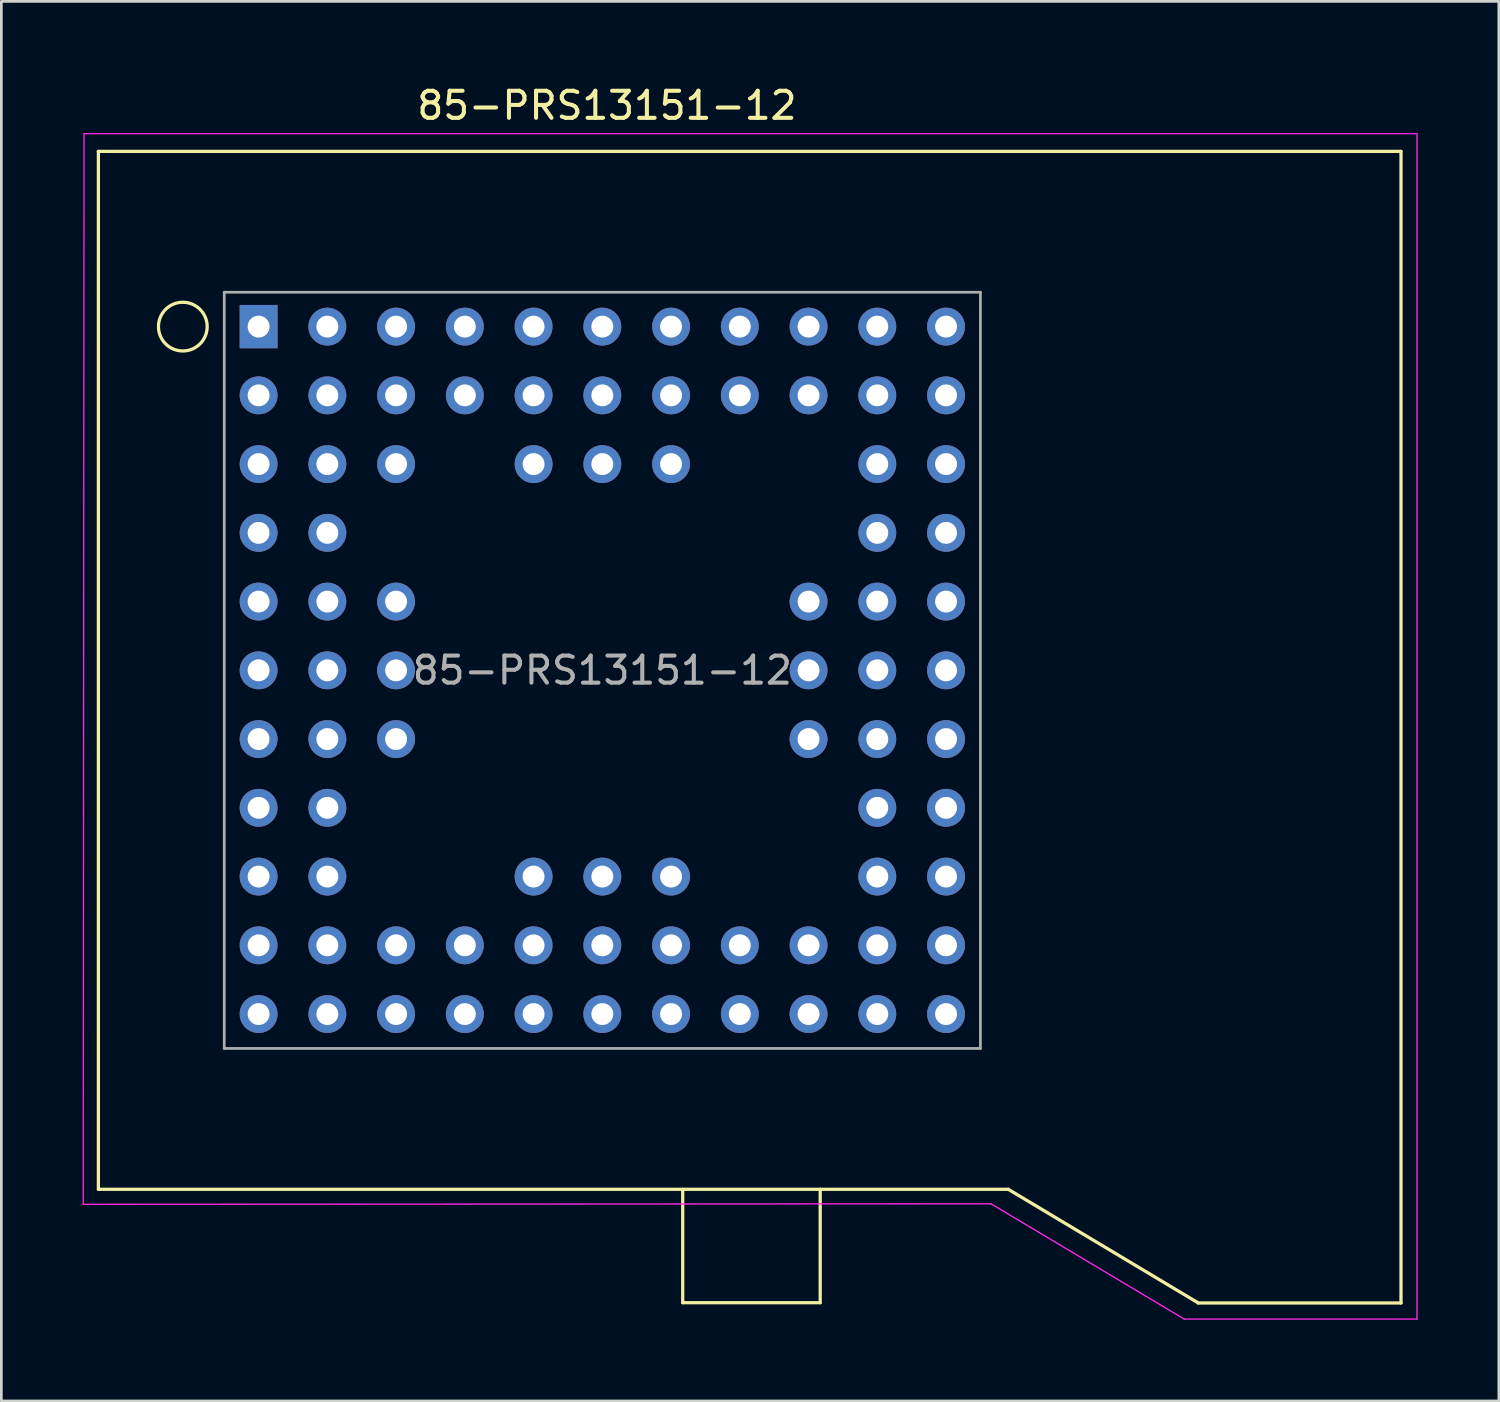
<source format=kicad_pcb>
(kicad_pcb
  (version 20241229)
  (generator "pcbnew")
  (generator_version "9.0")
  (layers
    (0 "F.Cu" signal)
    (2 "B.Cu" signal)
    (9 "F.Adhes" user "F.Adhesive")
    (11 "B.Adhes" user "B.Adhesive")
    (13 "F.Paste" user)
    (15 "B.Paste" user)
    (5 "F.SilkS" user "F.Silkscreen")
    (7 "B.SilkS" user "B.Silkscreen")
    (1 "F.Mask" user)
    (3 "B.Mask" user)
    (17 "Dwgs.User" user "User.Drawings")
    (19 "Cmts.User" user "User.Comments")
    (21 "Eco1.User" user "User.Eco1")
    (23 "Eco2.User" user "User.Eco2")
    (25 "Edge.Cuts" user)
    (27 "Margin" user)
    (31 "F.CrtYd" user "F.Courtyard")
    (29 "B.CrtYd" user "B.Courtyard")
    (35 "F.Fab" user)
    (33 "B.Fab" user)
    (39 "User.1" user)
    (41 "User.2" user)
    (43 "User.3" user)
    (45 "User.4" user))
  (footprint "85-PRS13151-12"
    (layer "F.Cu")
    (at 19.205 21.718)
    (property "Reference" "85-PRS13151-12" (at 0.17 -20.87 0) (layer "F.SilkS") (effects (font (size 1 1) (thickness 0.15))))
    (attr through_hole)
    (fp_line (start -18.62 -19.175) (end -18.62 19.175) (stroke (width 0.12) (type solid)) (layer "F.SilkS"))
    (fp_line (start -18.62 -19.175) (end 29.51 -19.175) (stroke (width 0.12) (type solid)) (layer "F.SilkS"))
    (fp_line (start -18.62 19.175) (end 15 19.175) (stroke (width 0.12) (type solid)) (layer "F.SilkS"))
    (fp_line (start 2.97 23.365) (end 2.97 19.175) (stroke (width 0.12) (type solid)) (layer "F.SilkS"))
    (fp_line (start 2.97 23.365) (end 8.05 23.365) (stroke (width 0.12) (type solid)) (layer "F.SilkS"))
    (fp_line (start 8.05 23.365) (end 8.05 19.175) (stroke (width 0.12) (type solid)) (layer "F.SilkS"))
    (fp_line (start 15 19.175) (end 22.02 23.375) (stroke (width 0.12) (type solid)) (layer "F.SilkS"))
    (fp_line (start 22.02 23.375) (end 29.51 23.375) (stroke (width 0.12) (type solid)) (layer "F.SilkS"))
    (fp_line (start 29.51 -19.175) (end 29.51 23.375) (stroke (width 0.12) (type solid)) (layer "F.SilkS"))
    (fp_circle (center -15.5 -12.7) (end -14.6 -12.7) (stroke (width 0.12) (type solid)) (fill no) (layer "F.SilkS"))
    (fp_line (start -19.18 19.73) (end -19.15 -19.83) (stroke (width 0.05) (type solid)) (layer "F.CrtYd"))
    (fp_line (start 14.36 19.71) (end -19.18 19.73) (stroke (width 0.05) (type solid)) (layer "F.CrtYd"))
    (fp_line (start 21.5 23.97) (end 14.36 19.71) (stroke (width 0.05) (type solid)) (layer "F.CrtYd"))
    (fp_line (start 30.1 -19.83) (end -19.15 -19.83) (stroke (width 0.05) (type solid)) (layer "F.CrtYd"))
    (fp_line (start 30.1 23.97) (end 21.5 23.97) (stroke (width 0.05) (type solid)) (layer "F.CrtYd"))
    (fp_line (start 30.1 23.97) (end 30.1 -19.83) (stroke (width 0.05) (type solid)) (layer "F.CrtYd"))
    (fp_line (start -13.97 13.97) (end -13.97 -13.97) (stroke (width 0.1) (type solid)) (layer "F.Fab"))
    (fp_line (start -13.97 13.97) (end 13.97 13.97) (stroke (width 0.1) (type solid)) (layer "F.Fab"))
    (fp_line (start 13.97 -13.97) (end -13.97 -13.97) (stroke (width 0.1) (type solid)) (layer "F.Fab"))
    (fp_line (start 13.97 13.97) (end 13.97 -13.97) (stroke (width 0.1) (type solid)) (layer "F.Fab"))
    (fp_text user "${REFERENCE}" (at 0 0 0) (layer "F.Fab") (effects (font (size 1 1) (thickness 0.15))))
    (pad "A1" thru_hole rect (at -12.7 -12.7) (size 1.4 1.6) (drill 0.81) (layers "*.Cu" "*.Mask"))
    (pad "A2" thru_hole circle (at -10.16 -12.7) (size 1.4 1.4) (drill 0.81) (layers "*.Cu" "*.Mask"))
    (pad "A3" thru_hole circle (at -7.62 -12.7) (size 1.4 1.4) (drill 0.81) (layers "*.Cu" "*.Mask"))
    (pad "A4" thru_hole circle (at -5.08 -12.7) (size 1.4 1.4) (drill 0.81) (layers "*.Cu" "*.Mask"))
    (pad "A5" thru_hole circle (at -2.54 -12.7) (size 1.4 1.4) (drill 0.81) (layers "*.Cu" "*.Mask"))
    (pad "A6" thru_hole circle (at 0 -12.7) (size 1.4 1.4) (drill 0.81) (layers "*.Cu" "*.Mask"))
    (pad "A7" thru_hole circle (at 2.54 -12.7) (size 1.4 1.4) (drill 0.81) (layers "*.Cu" "*.Mask"))
    (pad "A8" thru_hole circle (at 5.08 -12.7) (size 1.4 1.4) (drill 0.81) (layers "*.Cu" "*.Mask"))
    (pad "A9" thru_hole circle (at 7.62 -12.7) (size 1.4 1.4) (drill 0.81) (layers "*.Cu" "*.Mask"))
    (pad "A10" thru_hole circle (at 10.16 -12.7) (size 1.4 1.4) (drill 0.81) (layers "*.Cu" "*.Mask"))
    (pad "A11" thru_hole circle (at 12.7 -12.7) (size 1.4 1.4) (drill 0.81) (layers "*.Cu" "*.Mask"))
    (pad "B1" thru_hole circle (at -12.7 -10.16) (size 1.4 1.4) (drill 0.81) (layers "*.Cu" "*.Mask"))
    (pad "B2" thru_hole circle (at -10.16 -10.16) (size 1.4 1.4) (drill 0.81) (layers "*.Cu" "*.Mask"))
    (pad "B3" thru_hole circle (at -7.62 -10.16) (size 1.4 1.4) (drill 0.81) (layers "*.Cu" "*.Mask"))
    (pad "B4" thru_hole circle (at -5.08 -10.16) (size 1.4 1.4) (drill 0.81) (layers "*.Cu" "*.Mask"))
    (pad "B5" thru_hole circle (at -2.54 -10.16) (size 1.4 1.4) (drill 0.81) (layers "*.Cu" "*.Mask"))
    (pad "B6" thru_hole circle (at 0 -10.16) (size 1.4 1.4) (drill 0.81) (layers "*.Cu" "*.Mask"))
    (pad "B7" thru_hole circle (at 2.54 -10.16) (size 1.4 1.4) (drill 0.81) (layers "*.Cu" "*.Mask"))
    (pad "B8" thru_hole circle (at 5.08 -10.16) (size 1.4 1.4) (drill 0.81) (layers "*.Cu" "*.Mask"))
    (pad "B9" thru_hole circle (at 7.62 -10.16) (size 1.4 1.4) (drill 0.81) (layers "*.Cu" "*.Mask"))
    (pad "B10" thru_hole circle (at 10.16 -10.16) (size 1.4 1.4) (drill 0.81) (layers "*.Cu" "*.Mask"))
    (pad "B11" thru_hole circle (at 12.7 -10.16) (size 1.4 1.4) (drill 0.81) (layers "*.Cu" "*.Mask"))
    (pad "C1" thru_hole circle (at -12.7 -7.62) (size 1.4 1.4) (drill 0.81) (layers "*.Cu" "*.Mask"))
    (pad "C2" thru_hole circle (at -10.16 -7.62) (size 1.4 1.4) (drill 0.81) (layers "*.Cu" "*.Mask"))
    (pad "C3" thru_hole circle (at -7.62 -7.62) (size 1.4 1.4) (drill 0.81) (layers "*.Cu" "*.Mask"))
    (pad "C5" thru_hole circle (at -2.54 -7.62) (size 1.4 1.4) (drill 0.81) (layers "*.Cu" "*.Mask"))
    (pad "C6" thru_hole circle (at 0 -7.62) (size 1.4 1.4) (drill 0.81) (layers "*.Cu" "*.Mask"))
    (pad "C7" thru_hole circle (at 2.54 -7.62) (size 1.4 1.4) (drill 0.81) (layers "*.Cu" "*.Mask"))
    (pad "C10" thru_hole circle (at 10.16 -7.62) (size 1.4 1.4) (drill 0.81) (layers "*.Cu" "*.Mask"))
    (pad "C11" thru_hole circle (at 12.7 -7.62) (size 1.4 1.4) (drill 0.81) (layers "*.Cu" "*.Mask"))
    (pad "D1" thru_hole circle (at -12.7 -5.08) (size 1.4 1.4) (drill 0.81) (layers "*.Cu" "*.Mask"))
    (pad "D2" thru_hole circle (at -10.16 -5.08) (size 1.4 1.4) (drill 0.81) (layers "*.Cu" "*.Mask"))
    (pad "D10" thru_hole circle (at 10.16 -5.08) (size 1.4 1.4) (drill 0.81) (layers "*.Cu" "*.Mask"))
    (pad "D11" thru_hole circle (at 12.7 -5.08) (size 1.4 1.4) (drill 0.81) (layers "*.Cu" "*.Mask"))
    (pad "E1" thru_hole circle (at -12.7 -2.54) (size 1.4 1.4) (drill 0.81) (layers "*.Cu" "*.Mask"))
    (pad "E2" thru_hole circle (at -10.16 -2.54) (size 1.4 1.4) (drill 0.81) (layers "*.Cu" "*.Mask"))
    (pad "E3" thru_hole circle (at -7.62 -2.54) (size 1.4 1.4) (drill 0.81) (layers "*.Cu" "*.Mask"))
    (pad "E9" thru_hole circle (at 7.62 -2.54) (size 1.4 1.4) (drill 0.81) (layers "*.Cu" "*.Mask"))
    (pad "E10" thru_hole circle (at 10.16 -2.54) (size 1.4 1.4) (drill 0.81) (layers "*.Cu" "*.Mask"))
    (pad "E11" thru_hole circle (at 12.7 -2.54) (size 1.4 1.4) (drill 0.81) (layers "*.Cu" "*.Mask"))
    (pad "F1" thru_hole circle (at -12.7 0) (size 1.4 1.4) (drill 0.81) (layers "*.Cu" "*.Mask"))
    (pad "F2" thru_hole circle (at -10.16 0) (size 1.4 1.4) (drill 0.81) (layers "*.Cu" "*.Mask"))
    (pad "F3" thru_hole circle (at -7.62 0) (size 1.4 1.4) (drill 0.81) (layers "*.Cu" "*.Mask"))
    (pad "F9" thru_hole circle (at 7.62 0) (size 1.4 1.4) (drill 0.81) (layers "*.Cu" "*.Mask"))
    (pad "F10" thru_hole circle (at 10.16 0) (size 1.4 1.4) (drill 0.81) (layers "*.Cu" "*.Mask"))
    (pad "F11" thru_hole circle (at 12.7 0) (size 1.4 1.4) (drill 0.81) (layers "*.Cu" "*.Mask"))
    (pad "G1" thru_hole circle (at -12.7 2.54) (size 1.4 1.4) (drill 0.81) (layers "*.Cu" "*.Mask"))
    (pad "G2" thru_hole circle (at -10.16 2.54) (size 1.4 1.4) (drill 0.81) (layers "*.Cu" "*.Mask"))
    (pad "G3" thru_hole circle (at -7.62 2.54) (size 1.4 1.4) (drill 0.81) (layers "*.Cu" "*.Mask"))
    (pad "G9" thru_hole circle (at 7.62 2.54) (size 1.4 1.4) (drill 0.81) (layers "*.Cu" "*.Mask"))
    (pad "G10" thru_hole circle (at 10.16 2.54) (size 1.4 1.4) (drill 0.81) (layers "*.Cu" "*.Mask"))
    (pad "G11" thru_hole circle (at 12.7 2.54) (size 1.4 1.4) (drill 0.81) (layers "*.Cu" "*.Mask"))
    (pad "H1" thru_hole circle (at -12.7 5.08) (size 1.4 1.4) (drill 0.81) (layers "*.Cu" "*.Mask"))
    (pad "H2" thru_hole circle (at -10.16 5.08) (size 1.4 1.4) (drill 0.81) (layers "*.Cu" "*.Mask"))
    (pad "H10" thru_hole circle (at 10.16 5.08) (size 1.4 1.4) (drill 0.81) (layers "*.Cu" "*.Mask"))
    (pad "H11" thru_hole circle (at 12.7 5.08) (size 1.4 1.4) (drill 0.81) (layers "*.Cu" "*.Mask"))
    (pad "J1" thru_hole circle (at -12.7 7.62) (size 1.4 1.4) (drill 0.81) (layers "*.Cu" "*.Mask"))
    (pad "J2" thru_hole circle (at -10.16 7.62) (size 1.4 1.4) (drill 0.81) (layers "*.Cu" "*.Mask"))
    (pad "J5" thru_hole circle (at -2.54 7.62) (size 1.4 1.4) (drill 0.81) (layers "*.Cu" "*.Mask"))
    (pad "J6" thru_hole circle (at 0 7.62) (size 1.4 1.4) (drill 0.81) (layers "*.Cu" "*.Mask"))
    (pad "J7" thru_hole circle (at 2.54 7.62) (size 1.4 1.4) (drill 0.81) (layers "*.Cu" "*.Mask"))
    (pad "J10" thru_hole circle (at 10.16 7.62) (size 1.4 1.4) (drill 0.81) (layers "*.Cu" "*.Mask"))
    (pad "J11" thru_hole circle (at 12.7 7.62) (size 1.4 1.4) (drill 0.81) (layers "*.Cu" "*.Mask"))
    (pad "K1" thru_hole circle (at -12.7 10.16) (size 1.4 1.4) (drill 0.81) (layers "*.Cu" "*.Mask"))
    (pad "K2" thru_hole circle (at -10.16 10.16) (size 1.4 1.4) (drill 0.81) (layers "*.Cu" "*.Mask"))
    (pad "K3" thru_hole circle (at -7.62 10.16) (size 1.4 1.4) (drill 0.81) (layers "*.Cu" "*.Mask"))
    (pad "K4" thru_hole circle (at -5.08 10.16) (size 1.4 1.4) (drill 0.81) (layers "*.Cu" "*.Mask"))
    (pad "K5" thru_hole circle (at -2.54 10.16) (size 1.4 1.4) (drill 0.81) (layers "*.Cu" "*.Mask"))
    (pad "K6" thru_hole circle (at 0 10.16) (size 1.4 1.4) (drill 0.81) (layers "*.Cu" "*.Mask"))
    (pad "K7" thru_hole circle (at 2.54 10.16) (size 1.4 1.4) (drill 0.81) (layers "*.Cu" "*.Mask"))
    (pad "K8" thru_hole circle (at 5.08 10.16) (size 1.4 1.4) (drill 0.81) (layers "*.Cu" "*.Mask"))
    (pad "K9" thru_hole circle (at 7.62 10.16) (size 1.4 1.4) (drill 0.81) (layers "*.Cu" "*.Mask"))
    (pad "K10" thru_hole circle (at 10.16 10.16) (size 1.4 1.4) (drill 0.81) (layers "*.Cu" "*.Mask"))
    (pad "K11" thru_hole circle (at 12.7 10.16) (size 1.4 1.4) (drill 0.81) (layers "*.Cu" "*.Mask"))
    (pad "L1" thru_hole circle (at -12.7 12.7) (size 1.4 1.4) (drill 0.81) (layers "*.Cu" "*.Mask"))
    (pad "L2" thru_hole circle (at -10.16 12.7) (size 1.4 1.4) (drill 0.81) (layers "*.Cu" "*.Mask"))
    (pad "L3" thru_hole circle (at -7.62 12.7) (size 1.4 1.4) (drill 0.81) (layers "*.Cu" "*.Mask"))
    (pad "L4" thru_hole circle (at -5.08 12.7) (size 1.4 1.4) (drill 0.81) (layers "*.Cu" "*.Mask"))
    (pad "L5" thru_hole circle (at -2.54 12.7) (size 1.4 1.4) (drill 0.81) (layers "*.Cu" "*.Mask"))
    (pad "L6" thru_hole circle (at 0 12.7) (size 1.4 1.4) (drill 0.81) (layers "*.Cu" "*.Mask"))
    (pad "L7" thru_hole circle (at 2.54 12.7) (size 1.4 1.4) (drill 0.81) (layers "*.Cu" "*.Mask"))
    (pad "L8" thru_hole circle (at 5.08 12.7) (size 1.4 1.4) (drill 0.81) (layers "*.Cu" "*.Mask"))
    (pad "L9" thru_hole circle (at 7.62 12.7) (size 1.4 1.4) (drill 0.81) (layers "*.Cu" "*.Mask"))
    (pad "L10" thru_hole circle (at 10.16 12.7) (size 1.4 1.4) (drill 0.81) (layers "*.Cu" "*.Mask"))
    (pad "L11" thru_hole circle (at 12.7 12.7) (size 1.4 1.4) (drill 0.81) (layers "*.Cu" "*.Mask")))
  (gr_rect
    (start -3 -3)
    (end 52.33 48.713)
    (stroke (width 0.1) (type default))
    (fill no)
    (layer "Edge.Cuts")))
</source>
